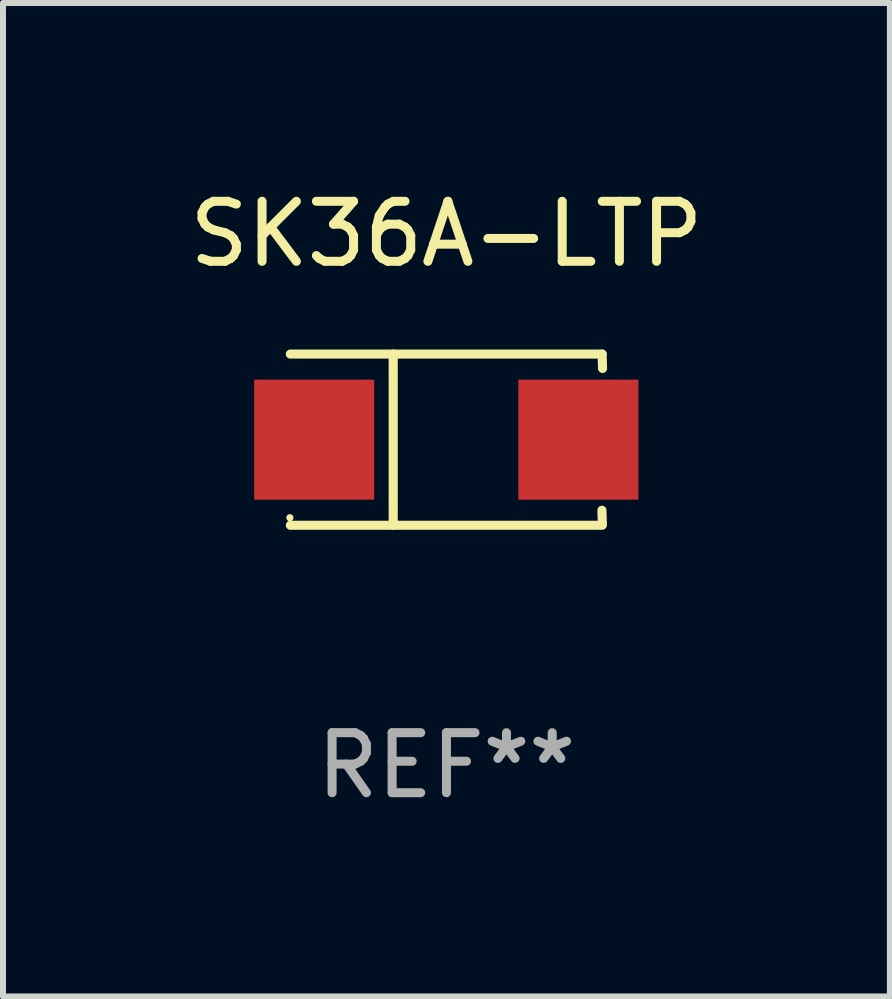
<source format=kicad_pcb>
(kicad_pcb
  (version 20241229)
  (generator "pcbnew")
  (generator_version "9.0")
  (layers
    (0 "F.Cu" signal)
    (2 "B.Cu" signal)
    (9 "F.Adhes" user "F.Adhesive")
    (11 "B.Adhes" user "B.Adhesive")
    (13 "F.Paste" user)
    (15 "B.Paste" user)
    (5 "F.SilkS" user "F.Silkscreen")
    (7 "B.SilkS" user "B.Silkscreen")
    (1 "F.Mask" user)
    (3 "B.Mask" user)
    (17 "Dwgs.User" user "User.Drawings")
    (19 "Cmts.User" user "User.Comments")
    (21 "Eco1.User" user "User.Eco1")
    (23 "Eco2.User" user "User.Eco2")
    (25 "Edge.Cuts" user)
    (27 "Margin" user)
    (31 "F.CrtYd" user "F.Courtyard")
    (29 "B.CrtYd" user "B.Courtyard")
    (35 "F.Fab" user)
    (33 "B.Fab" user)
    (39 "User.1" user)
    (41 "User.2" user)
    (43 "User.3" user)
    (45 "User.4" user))
  (footprint "SK36A-LTP"
    (layer "F.Cu")
    (at 4.387 4.274)
    (property "Reference" "SK36A-LTP" (at 0 -3.426 0) (layer "F.SilkS") (effects (font (size 1 1) (thickness 0.15))))
    (attr through_hole)
    (fp_line (start -2.6 -1.426) (end 2.593 -1.426) (stroke (width 0.152) (type solid)) (layer "F.SilkS"))
    (fp_line (start -2.6 1.426) (end 2.593 1.426) (stroke (width 0.152) (type solid)) (layer "F.SilkS"))
    (fp_line (start -0.887 -1.426) (end -0.887 1.426) (stroke (width 0.152) (type solid)) (layer "F.SilkS"))
    (fp_line (start 2.59 1.176) (end 2.597 1.415) (stroke (width 0.152) (type solid)) (layer "F.SilkS"))
    (fp_line (start 2.593 -1.426) (end 2.6 -1.187) (stroke (width 0.152) (type solid)) (layer "F.SilkS"))
    (fp_circle (center -2.608 1.3) (end -2.578 1.3) (stroke (width 0.06) (type solid)) (fill no) (layer "F.SilkS"))
    (fp_text user "REF**" (at 0 5.426 0) (layer "F.Fab") (effects (font (size 1 1) (thickness 0.15))))
    (pad "1" smd rect (at -2.203 0 180) (size 2 2) (layers "F.Cu" "F.Mask" "F.Paste"))
    (pad "2" smd rect (at 2.197 0 180) (size 2 2) (layers "F.Cu" "F.Mask" "F.Paste")))
  (gr_rect
    (start -3 -3)
    (end 11.774 13.549)
    (stroke (width 0.1) (type default))
    (fill no)
    (layer "Edge.Cuts")))
</source>
